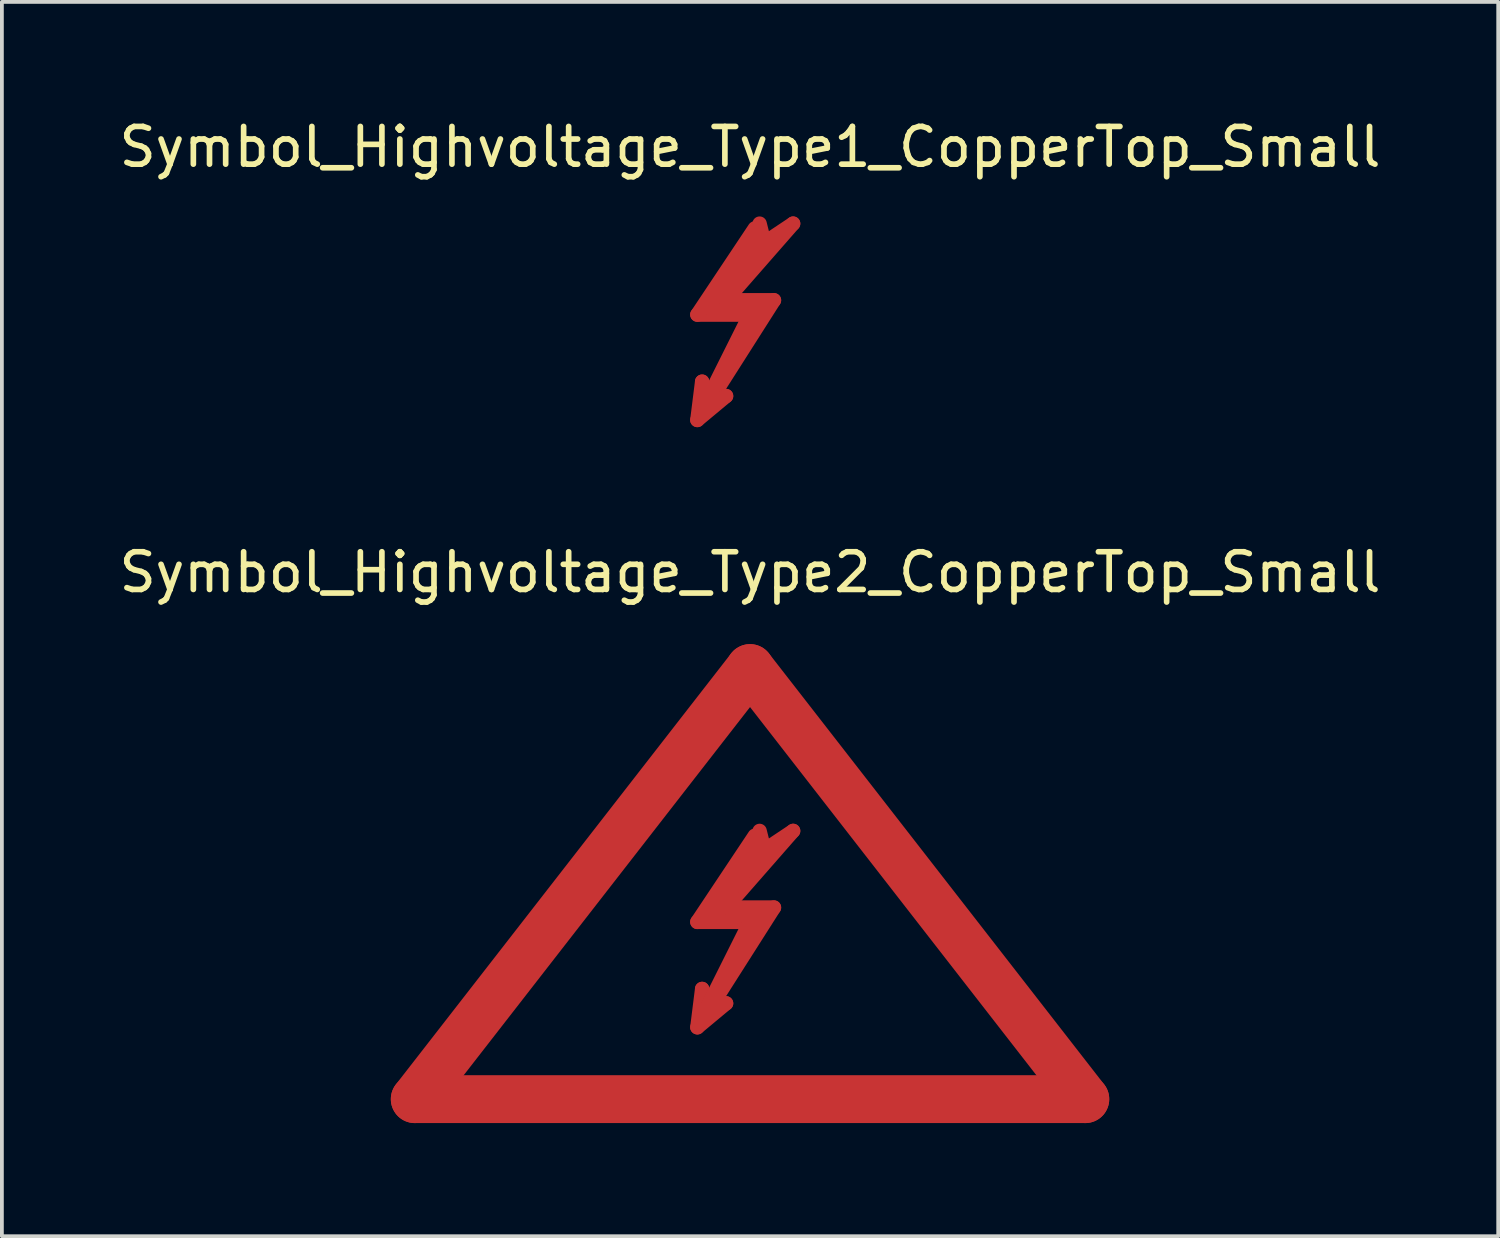
<source format=kicad_pcb>
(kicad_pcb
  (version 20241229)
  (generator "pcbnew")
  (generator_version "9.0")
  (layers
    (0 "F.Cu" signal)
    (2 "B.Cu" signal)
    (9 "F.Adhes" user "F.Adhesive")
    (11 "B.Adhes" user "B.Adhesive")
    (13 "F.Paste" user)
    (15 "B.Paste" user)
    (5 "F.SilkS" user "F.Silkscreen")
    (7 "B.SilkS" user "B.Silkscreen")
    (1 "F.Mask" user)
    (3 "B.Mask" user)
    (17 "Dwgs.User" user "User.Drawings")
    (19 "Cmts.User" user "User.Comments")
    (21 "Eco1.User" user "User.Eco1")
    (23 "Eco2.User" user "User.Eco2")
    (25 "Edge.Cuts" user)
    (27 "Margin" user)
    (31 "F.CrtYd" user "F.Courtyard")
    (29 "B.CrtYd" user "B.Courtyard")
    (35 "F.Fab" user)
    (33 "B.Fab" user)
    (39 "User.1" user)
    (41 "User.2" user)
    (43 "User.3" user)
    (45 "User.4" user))
  (footprint "Symbol_Highvoltage_Type2_CopperTop_Small"
    (layer "F.Cu")
    (at 16.839 22.286)
    (property "Reference" "Symbol_Highvoltage_Type2_CopperTop_Small" (at 0 -10.16 0) (layer "F.SilkS") (effects (font (size 1 1) (thickness 0.15))))
    (attr through_hole)
    (fp_line (start -8.89 3.81) (end 0 -7.62) (stroke (width 1.27) (type solid)) (layer "F.Cu"))
    (fp_line (start -1.397 -0.889) (end 0 -0.889) (stroke (width 0.381) (type solid)) (layer "F.Cu"))
    (fp_line (start -1.397 1.905) (end -0.635 1.27) (stroke (width 0.381) (type solid)) (layer "F.Cu"))
    (fp_line (start -1.27 0.889) (end -1.397 1.905) (stroke (width 0.381) (type solid)) (layer "F.Cu"))
    (fp_line (start -1.143 1.397) (end -1.27 0.889) (stroke (width 0.381) (type solid)) (layer "F.Cu"))
    (fp_line (start -1.143 1.524) (end 0.635 -1.27) (stroke (width 0.381) (type solid)) (layer "F.Cu"))
    (fp_line (start -1.016 -1.016) (end 0.254 -1.016) (stroke (width 0.381) (type solid)) (layer "F.Cu"))
    (fp_line (start -0.635 -1.27) (end 1.143 -3.302) (stroke (width 0.381) (type solid)) (layer "F.Cu"))
    (fp_line (start -0.635 1.27) (end -1.143 1.524) (stroke (width 0.381) (type solid)) (layer "F.Cu"))
    (fp_line (start 0 -7.62) (end 8.89 3.81) (stroke (width 1.27) (type solid)) (layer "F.Cu"))
    (fp_line (start 0 -0.889) (end -1.143 1.397) (stroke (width 0.381) (type solid)) (layer "F.Cu"))
    (fp_line (start 0.127 -3.175) (end -1.397 -0.889) (stroke (width 0.381) (type solid)) (layer "F.Cu"))
    (fp_line (start 0.381 -2.921) (end -1.016 -1.016) (stroke (width 0.381) (type solid)) (layer "F.Cu"))
    (fp_line (start 0.381 -2.794) (end 0.254 -3.302) (stroke (width 0.381) (type solid)) (layer "F.Cu"))
    (fp_line (start 0.635 -1.27) (end -0.635 -1.27) (stroke (width 0.381) (type solid)) (layer "F.Cu"))
    (fp_line (start 1.143 -3.302) (end 0.381 -2.794) (stroke (width 0.381) (type solid)) (layer "F.Cu"))
    (fp_line (start 8.89 3.81) (end -8.89 3.81) (stroke (width 1.27) (type solid)) (layer "F.Cu")))
  (footprint "Symbol_Highvoltage_Type1_CopperTop_Small"
    (layer "F.Cu")
    (at 15.823 6.055)
    (property "Reference" "Symbol_Highvoltage_Type1_CopperTop_Small" (at 1.016 -5.207 0) (layer "F.SilkS") (effects (font (size 1 1) (thickness 0.15))))
    (attr through_hole)
    (fp_line (start -0.381 -0.762) (end 1.016 -0.762) (stroke (width 0.381) (type solid)) (layer "F.Cu"))
    (fp_line (start -0.381 2.032) (end 0.381 1.397) (stroke (width 0.381) (type solid)) (layer "F.Cu"))
    (fp_line (start -0.254 1.016) (end -0.381 2.032) (stroke (width 0.381) (type solid)) (layer "F.Cu"))
    (fp_line (start -0.127 1.524) (end -0.254 1.016) (stroke (width 0.381) (type solid)) (layer "F.Cu"))
    (fp_line (start -0.127 1.651) (end 1.651 -1.143) (stroke (width 0.381) (type solid)) (layer "F.Cu"))
    (fp_line (start 0 -0.889) (end 1.27 -0.889) (stroke (width 0.381) (type solid)) (layer "F.Cu"))
    (fp_line (start 0.381 -1.143) (end 2.159 -3.175) (stroke (width 0.381) (type solid)) (layer "F.Cu"))
    (fp_line (start 0.381 1.397) (end -0.127 1.651) (stroke (width 0.381) (type solid)) (layer "F.Cu"))
    (fp_line (start 1.016 -0.762) (end -0.127 1.524) (stroke (width 0.381) (type solid)) (layer "F.Cu"))
    (fp_line (start 1.143 -3.048) (end -0.381 -0.762) (stroke (width 0.381) (type solid)) (layer "F.Cu"))
    (fp_line (start 1.397 -2.794) (end 0 -0.889) (stroke (width 0.381) (type solid)) (layer "F.Cu"))
    (fp_line (start 1.397 -2.667) (end 1.27 -3.175) (stroke (width 0.381) (type solid)) (layer "F.Cu"))
    (fp_line (start 1.651 -1.143) (end 0.381 -1.143) (stroke (width 0.381) (type solid)) (layer "F.Cu"))
    (fp_line (start 2.159 -3.175) (end 1.397 -2.667) (stroke (width 0.381) (type solid)) (layer "F.Cu")))
  (gr_rect
    (start -3 -3)
    (end 36.679 29.731)
    (stroke (width 0.1) (type default))
    (fill no)
    (layer "Edge.Cuts")))
</source>
